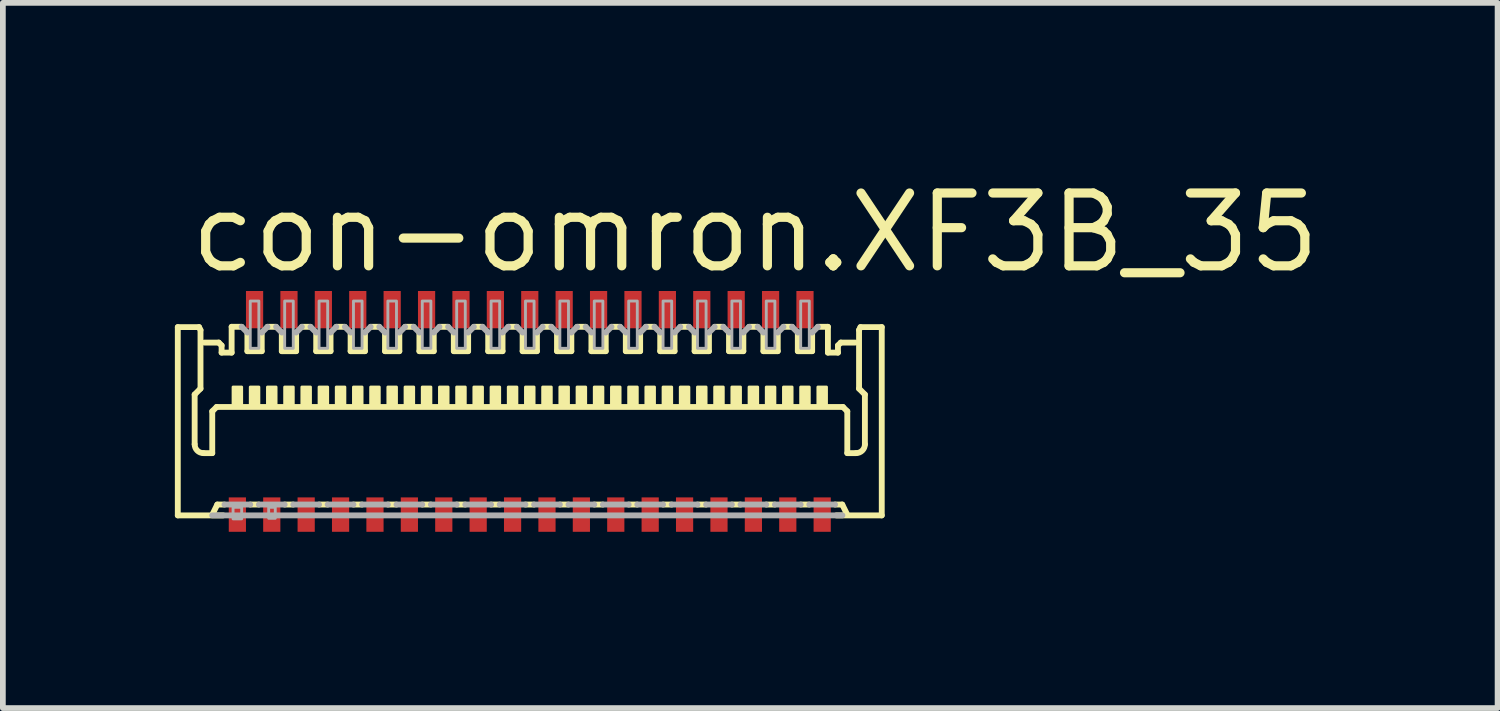
<source format=kicad_pcb>
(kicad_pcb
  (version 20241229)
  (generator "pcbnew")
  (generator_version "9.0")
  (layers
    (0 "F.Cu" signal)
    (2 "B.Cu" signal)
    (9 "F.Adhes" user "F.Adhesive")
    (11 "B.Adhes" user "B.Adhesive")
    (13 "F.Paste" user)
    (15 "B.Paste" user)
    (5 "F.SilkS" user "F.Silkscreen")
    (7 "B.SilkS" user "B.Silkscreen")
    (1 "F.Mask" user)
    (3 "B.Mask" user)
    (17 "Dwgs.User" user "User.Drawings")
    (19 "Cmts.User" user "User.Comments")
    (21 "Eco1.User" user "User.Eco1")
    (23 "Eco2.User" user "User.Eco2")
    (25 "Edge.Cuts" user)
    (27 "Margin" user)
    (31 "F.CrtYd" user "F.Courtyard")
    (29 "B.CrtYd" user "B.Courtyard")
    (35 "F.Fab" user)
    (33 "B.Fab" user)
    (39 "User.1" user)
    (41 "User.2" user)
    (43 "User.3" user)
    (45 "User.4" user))
  (footprint "con-omron.XF3B_35"
    (layer "F.Cu")
    (at 6.19 4.15)
    (property "Reference" "con-omron.XF3B_35" (at -6 -2.4 0) (layer "F.SilkS") (effects (font (size 1.27 1.27) (thickness 0.16)) (justify left bottom)))
    (attr smd)
    (fp_rect (start -5.3 2.125) (end -4.9 1.425) (stroke (width 0.05) (type default)) (fill yes) (layer "F.Mask"))
    (fp_rect (start -5 -1.425) (end -4.6 -2.175) (stroke (width 0.05) (type default)) (fill yes) (layer "F.Mask"))
    (fp_rect (start -4.7 2.125) (end -4.3 1.425) (stroke (width 0.05) (type default)) (fill yes) (layer "F.Mask"))
    (fp_rect (start -4.4 -1.425) (end -4 -2.175) (stroke (width 0.05) (type default)) (fill yes) (layer "F.Mask"))
    (fp_rect (start -4.1 2.125) (end -3.7 1.425) (stroke (width 0.05) (type default)) (fill yes) (layer "F.Mask"))
    (fp_rect (start -3.8 -1.425) (end -3.4 -2.175) (stroke (width 0.05) (type default)) (fill yes) (layer "F.Mask"))
    (fp_rect (start -3.5 2.125) (end -3.1 1.425) (stroke (width 0.05) (type default)) (fill yes) (layer "F.Mask"))
    (fp_rect (start -3.2 -1.425) (end -2.8 -2.175) (stroke (width 0.05) (type default)) (fill yes) (layer "F.Mask"))
    (fp_rect (start -2.9 2.125) (end -2.5 1.425) (stroke (width 0.05) (type default)) (fill yes) (layer "F.Mask"))
    (fp_rect (start -2.6 -1.425) (end -2.2 -2.175) (stroke (width 0.05) (type default)) (fill yes) (layer "F.Mask"))
    (fp_rect (start -2.3 2.125) (end -1.9 1.425) (stroke (width 0.05) (type default)) (fill yes) (layer "F.Mask"))
    (fp_rect (start -2 -1.425) (end -1.6 -2.175) (stroke (width 0.05) (type default)) (fill yes) (layer "F.Mask"))
    (fp_rect (start -1.7 2.125) (end -1.3 1.425) (stroke (width 0.05) (type default)) (fill yes) (layer "F.Mask"))
    (fp_rect (start -1.4 -1.425) (end -1 -2.175) (stroke (width 0.05) (type default)) (fill yes) (layer "F.Mask"))
    (fp_rect (start -1.1 2.125) (end -0.7 1.425) (stroke (width 0.05) (type default)) (fill yes) (layer "F.Mask"))
    (fp_rect (start -0.8 -1.425) (end -0.4 -2.175) (stroke (width 0.05) (type default)) (fill yes) (layer "F.Mask"))
    (fp_rect (start -0.5 2.125) (end -0.1 1.425) (stroke (width 0.05) (type default)) (fill yes) (layer "F.Mask"))
    (fp_rect (start -0.2 -1.425) (end 0.2 -2.175) (stroke (width 0.05) (type default)) (fill yes) (layer "F.Mask"))
    (fp_rect (start 0.1 2.125) (end 0.5 1.425) (stroke (width 0.05) (type default)) (fill yes) (layer "F.Mask"))
    (fp_rect (start 0.4 -1.425) (end 0.8 -2.175) (stroke (width 0.05) (type default)) (fill yes) (layer "F.Mask"))
    (fp_rect (start 0.7 2.125) (end 1.1 1.425) (stroke (width 0.05) (type default)) (fill yes) (layer "F.Mask"))
    (fp_rect (start 1 -1.425) (end 1.4 -2.175) (stroke (width 0.05) (type default)) (fill yes) (layer "F.Mask"))
    (fp_rect (start 1.3 2.125) (end 1.7 1.425) (stroke (width 0.05) (type default)) (fill yes) (layer "F.Mask"))
    (fp_rect (start 1.6 -1.425) (end 2 -2.175) (stroke (width 0.05) (type default)) (fill yes) (layer "F.Mask"))
    (fp_rect (start 1.9 2.125) (end 2.3 1.425) (stroke (width 0.05) (type default)) (fill yes) (layer "F.Mask"))
    (fp_rect (start 2.2 -1.425) (end 2.6 -2.175) (stroke (width 0.05) (type default)) (fill yes) (layer "F.Mask"))
    (fp_rect (start 2.5 2.125) (end 2.9 1.425) (stroke (width 0.05) (type default)) (fill yes) (layer "F.Mask"))
    (fp_rect (start 2.8 -1.425) (end 3.2 -2.175) (stroke (width 0.05) (type default)) (fill yes) (layer "F.Mask"))
    (fp_rect (start 3.1 2.125) (end 3.5 1.425) (stroke (width 0.05) (type default)) (fill yes) (layer "F.Mask"))
    (fp_rect (start 3.4 -1.425) (end 3.8 -2.175) (stroke (width 0.05) (type default)) (fill yes) (layer "F.Mask"))
    (fp_rect (start 3.7 2.125) (end 4.1 1.425) (stroke (width 0.05) (type default)) (fill yes) (layer "F.Mask"))
    (fp_rect (start 4 -1.425) (end 4.4 -2.175) (stroke (width 0.05) (type default)) (fill yes) (layer "F.Mask"))
    (fp_rect (start 4.3 2.125) (end 4.7 1.425) (stroke (width 0.05) (type default)) (fill yes) (layer "F.Mask"))
    (fp_rect (start 4.6 -1.425) (end 5 -2.175) (stroke (width 0.05) (type default)) (fill yes) (layer "F.Mask"))
    (fp_rect (start 4.9 2.125) (end 5.3 1.425) (stroke (width 0.05) (type default)) (fill yes) (layer "F.Mask"))
    (fp_line (start -6.139 -1.495) (end -5.768 -1.495) (stroke (width 0.102) (type default)) (layer "F.SilkS"))
    (fp_line (start -6.139 1.789) (end -6.139 -1.495) (stroke (width 0.102) (type default)) (layer "F.SilkS"))
    (fp_line (start -5.845 -0.319) (end -5.845 0.549) (stroke (width 0.102) (type default)) (layer "F.SilkS"))
    (fp_line (start -5.768 -1.495) (end -5.743 -1.444) (stroke (width 0.102) (type default)) (layer "F.SilkS"))
    (fp_line (start -5.743 -1.444) (end -5.743 -0.422) (stroke (width 0.102) (type default)) (layer "F.SilkS"))
    (fp_line (start -5.743 -0.422) (end -5.845 -0.319) (stroke (width 0.102) (type default)) (layer "F.SilkS"))
    (fp_line (start -5.692 0.703) (end -5.538 0.703) (stroke (width 0.102) (type default)) (layer "F.SilkS"))
    (fp_line (start -5.675 -1.225) (end -5.425 -1.225) (stroke (width 0.102) (type default)) (layer "F.SilkS"))
    (fp_line (start -5.538 -0.026) (end -5.462 -0.102) (stroke (width 0.102) (type default)) (layer "F.SilkS"))
    (fp_line (start -5.538 0.703) (end -5.538 -0.026) (stroke (width 0.102) (type default)) (layer "F.SilkS"))
    (fp_line (start -5.525 1.751) (end -5.45 1.6) (stroke (width 0.102) (type default)) (layer "F.SilkS"))
    (fp_line (start -5.45 1.6) (end -5.325 1.6) (stroke (width 0.102) (type default)) (layer "F.SilkS"))
    (fp_line (start -5.425 -1.225) (end -5.375 -1.175) (stroke (width 0.102) (type default)) (layer "F.SilkS"))
    (fp_line (start -5.375 -1.175) (end -5.375 -1.05) (stroke (width 0.102) (type default)) (layer "F.SilkS"))
    (fp_line (start -5.375 -1.05) (end -5.2 -1.05) (stroke (width 0.102) (type default)) (layer "F.SilkS"))
    (fp_line (start -5.347 1.789) (end -6.139 1.789) (stroke (width 0.102) (type default)) (layer "F.SilkS"))
    (fp_line (start -5.2 -1.5) (end -5.025 -1.5) (stroke (width 0.102) (type default)) (layer "F.SilkS"))
    (fp_line (start -5.2 -1.05) (end -5.2 -1.5) (stroke (width 0.102) (type default)) (layer "F.SilkS"))
    (fp_line (start -4.925 -1.4) (end -4.925 -1.075) (stroke (width 0.102) (type default)) (layer "F.SilkS"))
    (fp_line (start -4.925 -1.075) (end -4.675 -1.075) (stroke (width 0.102) (type default)) (layer "F.SilkS"))
    (fp_line (start -4.875 1.6) (end -4.725 1.6) (stroke (width 0.102) (type default)) (layer "F.SilkS"))
    (fp_line (start -4.675 -1.075) (end -4.675 -1.4) (stroke (width 0.102) (type default)) (layer "F.SilkS"))
    (fp_line (start -4.575 -1.5) (end -4.425 -1.5) (stroke (width 0.102) (type default)) (layer "F.SilkS"))
    (fp_line (start -4.325 -1.4) (end -4.325 -1.075) (stroke (width 0.102) (type default)) (layer "F.SilkS"))
    (fp_line (start -4.325 -1.075) (end -4.075 -1.075) (stroke (width 0.102) (type default)) (layer "F.SilkS"))
    (fp_line (start -4.275 1.6) (end -4.125 1.6) (stroke (width 0.102) (type default)) (layer "F.SilkS"))
    (fp_line (start -4.075 -1.075) (end -4.075 -1.4) (stroke (width 0.102) (type default)) (layer "F.SilkS"))
    (fp_line (start -3.975 -1.5) (end -3.825 -1.5) (stroke (width 0.102) (type default)) (layer "F.SilkS"))
    (fp_line (start -3.725 -1.4) (end -3.725 -1.075) (stroke (width 0.102) (type default)) (layer "F.SilkS"))
    (fp_line (start -3.725 -1.075) (end -3.475 -1.075) (stroke (width 0.102) (type default)) (layer "F.SilkS"))
    (fp_line (start -3.675 1.6) (end -3.525 1.6) (stroke (width 0.102) (type default)) (layer "F.SilkS"))
    (fp_line (start -3.475 -1.075) (end -3.475 -1.4) (stroke (width 0.102) (type default)) (layer "F.SilkS"))
    (fp_line (start -3.375 -1.5) (end -3.225 -1.5) (stroke (width 0.102) (type default)) (layer "F.SilkS"))
    (fp_line (start -3.125 -1.4) (end -3.125 -1.075) (stroke (width 0.102) (type default)) (layer "F.SilkS"))
    (fp_line (start -3.125 -1.075) (end -2.875 -1.075) (stroke (width 0.102) (type default)) (layer "F.SilkS"))
    (fp_line (start -3.075 1.6) (end -2.925 1.6) (stroke (width 0.102) (type default)) (layer "F.SilkS"))
    (fp_line (start -2.875 -1.075) (end -2.875 -1.4) (stroke (width 0.102) (type default)) (layer "F.SilkS"))
    (fp_line (start -2.775 -1.5) (end -2.625 -1.5) (stroke (width 0.102) (type default)) (layer "F.SilkS"))
    (fp_line (start -2.525 -1.4) (end -2.525 -1.075) (stroke (width 0.102) (type default)) (layer "F.SilkS"))
    (fp_line (start -2.525 -1.075) (end -2.275 -1.075) (stroke (width 0.102) (type default)) (layer "F.SilkS"))
    (fp_line (start -2.475 1.6) (end -2.325 1.6) (stroke (width 0.102) (type default)) (layer "F.SilkS"))
    (fp_line (start -2.275 -1.075) (end -2.275 -1.4) (stroke (width 0.102) (type default)) (layer "F.SilkS"))
    (fp_line (start -2.175 -1.5) (end -2.025 -1.5) (stroke (width 0.102) (type default)) (layer "F.SilkS"))
    (fp_line (start -1.925 -1.4) (end -1.925 -1.075) (stroke (width 0.102) (type default)) (layer "F.SilkS"))
    (fp_line (start -1.925 -1.075) (end -1.675 -1.075) (stroke (width 0.102) (type default)) (layer "F.SilkS"))
    (fp_line (start -1.875 1.6) (end -1.725 1.6) (stroke (width 0.102) (type default)) (layer "F.SilkS"))
    (fp_line (start -1.675 -1.075) (end -1.675 -1.4) (stroke (width 0.102) (type default)) (layer "F.SilkS"))
    (fp_line (start -1.575 -1.5) (end -1.425 -1.5) (stroke (width 0.102) (type default)) (layer "F.SilkS"))
    (fp_line (start -1.325 -1.4) (end -1.325 -1.075) (stroke (width 0.102) (type default)) (layer "F.SilkS"))
    (fp_line (start -1.325 -1.075) (end -1.075 -1.075) (stroke (width 0.102) (type default)) (layer "F.SilkS"))
    (fp_line (start -1.275 1.6) (end -1.125 1.6) (stroke (width 0.102) (type default)) (layer "F.SilkS"))
    (fp_line (start -1.075 -1.075) (end -1.075 -1.4) (stroke (width 0.102) (type default)) (layer "F.SilkS"))
    (fp_line (start -0.975 -1.5) (end -0.825 -1.5) (stroke (width 0.102) (type default)) (layer "F.SilkS"))
    (fp_line (start -0.725 -1.4) (end -0.725 -1.075) (stroke (width 0.102) (type default)) (layer "F.SilkS"))
    (fp_line (start -0.725 -1.075) (end -0.475 -1.075) (stroke (width 0.102) (type default)) (layer "F.SilkS"))
    (fp_line (start -0.675 1.6) (end -0.525 1.6) (stroke (width 0.102) (type default)) (layer "F.SilkS"))
    (fp_line (start -0.475 -1.075) (end -0.475 -1.4) (stroke (width 0.102) (type default)) (layer "F.SilkS"))
    (fp_line (start -0.375 -1.5) (end -0.225 -1.5) (stroke (width 0.102) (type default)) (layer "F.SilkS"))
    (fp_line (start -0.125 -1.4) (end -0.125 -1.075) (stroke (width 0.102) (type default)) (layer "F.SilkS"))
    (fp_line (start -0.125 -1.075) (end 0.125 -1.075) (stroke (width 0.102) (type default)) (layer "F.SilkS"))
    (fp_line (start -0.075 1.6) (end 0.075 1.6) (stroke (width 0.102) (type default)) (layer "F.SilkS"))
    (fp_line (start 0.125 -1.075) (end 0.125 -1.4) (stroke (width 0.102) (type default)) (layer "F.SilkS"))
    (fp_line (start 0.225 -1.5) (end 0.375 -1.5) (stroke (width 0.102) (type default)) (layer "F.SilkS"))
    (fp_line (start 0.475 -1.4) (end 0.475 -1.075) (stroke (width 0.102) (type default)) (layer "F.SilkS"))
    (fp_line (start 0.475 -1.075) (end 0.725 -1.075) (stroke (width 0.102) (type default)) (layer "F.SilkS"))
    (fp_line (start 0.525 1.6) (end 0.675 1.6) (stroke (width 0.102) (type default)) (layer "F.SilkS"))
    (fp_line (start 0.725 -1.075) (end 0.725 -1.4) (stroke (width 0.102) (type default)) (layer "F.SilkS"))
    (fp_line (start 0.825 -1.5) (end 0.975 -1.5) (stroke (width 0.102) (type default)) (layer "F.SilkS"))
    (fp_line (start 1.075 -1.4) (end 1.075 -1.075) (stroke (width 0.102) (type default)) (layer "F.SilkS"))
    (fp_line (start 1.075 -1.075) (end 1.325 -1.075) (stroke (width 0.102) (type default)) (layer "F.SilkS"))
    (fp_line (start 1.125 1.6) (end 1.275 1.6) (stroke (width 0.102) (type default)) (layer "F.SilkS"))
    (fp_line (start 1.325 -1.075) (end 1.325 -1.4) (stroke (width 0.102) (type default)) (layer "F.SilkS"))
    (fp_line (start 1.425 -1.5) (end 1.575 -1.5) (stroke (width 0.102) (type default)) (layer "F.SilkS"))
    (fp_line (start 1.675 -1.4) (end 1.675 -1.075) (stroke (width 0.102) (type default)) (layer "F.SilkS"))
    (fp_line (start 1.675 -1.075) (end 1.925 -1.075) (stroke (width 0.102) (type default)) (layer "F.SilkS"))
    (fp_line (start 1.725 1.6) (end 1.875 1.6) (stroke (width 0.102) (type default)) (layer "F.SilkS"))
    (fp_line (start 1.925 -1.075) (end 1.925 -1.4) (stroke (width 0.102) (type default)) (layer "F.SilkS"))
    (fp_line (start 2.025 -1.5) (end 2.175 -1.5) (stroke (width 0.102) (type default)) (layer "F.SilkS"))
    (fp_line (start 2.275 -1.4) (end 2.275 -1.075) (stroke (width 0.102) (type default)) (layer "F.SilkS"))
    (fp_line (start 2.275 -1.075) (end 2.525 -1.075) (stroke (width 0.102) (type default)) (layer "F.SilkS"))
    (fp_line (start 2.325 1.6) (end 2.475 1.6) (stroke (width 0.102) (type default)) (layer "F.SilkS"))
    (fp_line (start 2.525 -1.075) (end 2.525 -1.4) (stroke (width 0.102) (type default)) (layer "F.SilkS"))
    (fp_line (start 2.625 -1.5) (end 2.775 -1.5) (stroke (width 0.102) (type default)) (layer "F.SilkS"))
    (fp_line (start 2.875 -1.4) (end 2.875 -1.075) (stroke (width 0.102) (type default)) (layer "F.SilkS"))
    (fp_line (start 2.875 -1.075) (end 3.125 -1.075) (stroke (width 0.102) (type default)) (layer "F.SilkS"))
    (fp_line (start 2.925 1.6) (end 3.075 1.6) (stroke (width 0.102) (type default)) (layer "F.SilkS"))
    (fp_line (start 3.125 -1.075) (end 3.125 -1.4) (stroke (width 0.102) (type default)) (layer "F.SilkS"))
    (fp_line (start 3.225 -1.5) (end 3.375 -1.5) (stroke (width 0.102) (type default)) (layer "F.SilkS"))
    (fp_line (start 3.475 -1.4) (end 3.475 -1.075) (stroke (width 0.102) (type default)) (layer "F.SilkS"))
    (fp_line (start 3.475 -1.075) (end 3.725 -1.075) (stroke (width 0.102) (type default)) (layer "F.SilkS"))
    (fp_line (start 3.525 1.6) (end 3.675 1.6) (stroke (width 0.102) (type default)) (layer "F.SilkS"))
    (fp_line (start 3.725 -1.075) (end 3.725 -1.4) (stroke (width 0.102) (type default)) (layer "F.SilkS"))
    (fp_line (start 3.825 -1.5) (end 3.975 -1.5) (stroke (width 0.102) (type default)) (layer "F.SilkS"))
    (fp_line (start 4.075 -1.4) (end 4.075 -1.075) (stroke (width 0.102) (type default)) (layer "F.SilkS"))
    (fp_line (start 4.075 -1.075) (end 4.325 -1.075) (stroke (width 0.102) (type default)) (layer "F.SilkS"))
    (fp_line (start 4.125 1.6) (end 4.275 1.6) (stroke (width 0.102) (type default)) (layer "F.SilkS"))
    (fp_line (start 4.325 -1.075) (end 4.325 -1.4) (stroke (width 0.102) (type default)) (layer "F.SilkS"))
    (fp_line (start 4.425 -1.5) (end 4.575 -1.5) (stroke (width 0.102) (type default)) (layer "F.SilkS"))
    (fp_line (start 4.675 -1.4) (end 4.675 -1.075) (stroke (width 0.102) (type default)) (layer "F.SilkS"))
    (fp_line (start 4.675 -1.075) (end 4.925 -1.075) (stroke (width 0.102) (type default)) (layer "F.SilkS"))
    (fp_line (start 4.725 1.6) (end 4.875 1.6) (stroke (width 0.102) (type default)) (layer "F.SilkS"))
    (fp_line (start 4.925 -1.075) (end 4.925 -1.4) (stroke (width 0.102) (type default)) (layer "F.SilkS"))
    (fp_line (start 5.025 -1.5) (end 5.2 -1.5) (stroke (width 0.102) (type default)) (layer "F.SilkS"))
    (fp_line (start 5.2 -1.05) (end 5.2 -1.5) (stroke (width 0.102) (type default)) (layer "F.SilkS"))
    (fp_line (start 5.347 1.789) (end 6.139 1.789) (stroke (width 0.102) (type default)) (layer "F.SilkS"))
    (fp_line (start 5.375 -1.175) (end 5.375 -1.05) (stroke (width 0.102) (type default)) (layer "F.SilkS"))
    (fp_line (start 5.375 -1.05) (end 5.2 -1.05) (stroke (width 0.102) (type default)) (layer "F.SilkS"))
    (fp_line (start 5.425 -1.225) (end 5.375 -1.175) (stroke (width 0.102) (type default)) (layer "F.SilkS"))
    (fp_line (start 5.45 1.6) (end 5.325 1.6) (stroke (width 0.102) (type default)) (layer "F.SilkS"))
    (fp_line (start 5.462 -0.102) (end -5.462 -0.102) (stroke (width 0.102) (type default)) (layer "F.SilkS"))
    (fp_line (start 5.525 1.751) (end 5.45 1.6) (stroke (width 0.102) (type default)) (layer "F.SilkS"))
    (fp_line (start 5.538 -0.026) (end 5.462 -0.102) (stroke (width 0.102) (type default)) (layer "F.SilkS"))
    (fp_line (start 5.538 0.703) (end 5.538 -0.026) (stroke (width 0.102) (type default)) (layer "F.SilkS"))
    (fp_line (start 5.675 -1.225) (end 5.425 -1.225) (stroke (width 0.102) (type default)) (layer "F.SilkS"))
    (fp_line (start 5.692 0.703) (end 5.538 0.703) (stroke (width 0.102) (type default)) (layer "F.SilkS"))
    (fp_line (start 5.743 -1.444) (end 5.743 -0.422) (stroke (width 0.102) (type default)) (layer "F.SilkS"))
    (fp_line (start 5.743 -0.422) (end 5.845 -0.319) (stroke (width 0.102) (type default)) (layer "F.SilkS"))
    (fp_line (start 5.768 -1.495) (end 5.743 -1.444) (stroke (width 0.102) (type default)) (layer "F.SilkS"))
    (fp_line (start 5.845 -0.319) (end 5.845 0.549) (stroke (width 0.102) (type default)) (layer "F.SilkS"))
    (fp_line (start 6.139 -1.495) (end 5.768 -1.495) (stroke (width 0.102) (type default)) (layer "F.SilkS"))
    (fp_line (start 6.139 1.789) (end 6.139 -1.495) (stroke (width 0.102) (type default)) (layer "F.SilkS"))
    (fp_rect (start -5.175 -0.125) (end -5.025 -0.45) (stroke (width 0.05) (type default)) (fill yes) (layer "F.SilkS"))
    (fp_rect (start -4.875 -0.125) (end -4.725 -0.45) (stroke (width 0.05) (type default)) (fill yes) (layer "F.SilkS"))
    (fp_rect (start -4.575 -0.125) (end -4.425 -0.45) (stroke (width 0.05) (type default)) (fill yes) (layer "F.SilkS"))
    (fp_rect (start -4.275 -0.125) (end -4.125 -0.45) (stroke (width 0.05) (type default)) (fill yes) (layer "F.SilkS"))
    (fp_rect (start -3.975 -0.125) (end -3.825 -0.45) (stroke (width 0.05) (type default)) (fill yes) (layer "F.SilkS"))
    (fp_rect (start -3.675 -0.125) (end -3.525 -0.45) (stroke (width 0.05) (type default)) (fill yes) (layer "F.SilkS"))
    (fp_rect (start -3.375 -0.125) (end -3.225 -0.45) (stroke (width 0.05) (type default)) (fill yes) (layer "F.SilkS"))
    (fp_rect (start -3.075 -0.125) (end -2.925 -0.45) (stroke (width 0.05) (type default)) (fill yes) (layer "F.SilkS"))
    (fp_rect (start -2.775 -0.125) (end -2.625 -0.45) (stroke (width 0.05) (type default)) (fill yes) (layer "F.SilkS"))
    (fp_rect (start -2.475 -0.125) (end -2.325 -0.45) (stroke (width 0.05) (type default)) (fill yes) (layer "F.SilkS"))
    (fp_rect (start -2.175 -0.125) (end -2.025 -0.45) (stroke (width 0.05) (type default)) (fill yes) (layer "F.SilkS"))
    (fp_rect (start -1.875 -0.125) (end -1.725 -0.45) (stroke (width 0.05) (type default)) (fill yes) (layer "F.SilkS"))
    (fp_rect (start -1.575 -0.125) (end -1.425 -0.45) (stroke (width 0.05) (type default)) (fill yes) (layer "F.SilkS"))
    (fp_rect (start -1.275 -0.125) (end -1.125 -0.45) (stroke (width 0.05) (type default)) (fill yes) (layer "F.SilkS"))
    (fp_rect (start -0.975 -0.125) (end -0.825 -0.45) (stroke (width 0.05) (type default)) (fill yes) (layer "F.SilkS"))
    (fp_rect (start -0.675 -0.125) (end -0.525 -0.45) (stroke (width 0.05) (type default)) (fill yes) (layer "F.SilkS"))
    (fp_rect (start -0.375 -0.125) (end -0.225 -0.45) (stroke (width 0.05) (type default)) (fill yes) (layer "F.SilkS"))
    (fp_rect (start -0.075 -0.125) (end 0.075 -0.45) (stroke (width 0.05) (type default)) (fill yes) (layer "F.SilkS"))
    (fp_rect (start 0.225 -0.125) (end 0.375 -0.45) (stroke (width 0.05) (type default)) (fill yes) (layer "F.SilkS"))
    (fp_rect (start 0.525 -0.125) (end 0.675 -0.45) (stroke (width 0.05) (type default)) (fill yes) (layer "F.SilkS"))
    (fp_rect (start 0.825 -0.125) (end 0.975 -0.45) (stroke (width 0.05) (type default)) (fill yes) (layer "F.SilkS"))
    (fp_rect (start 1.125 -0.125) (end 1.275 -0.45) (stroke (width 0.05) (type default)) (fill yes) (layer "F.SilkS"))
    (fp_rect (start 1.425 -0.125) (end 1.575 -0.45) (stroke (width 0.05) (type default)) (fill yes) (layer "F.SilkS"))
    (fp_rect (start 1.725 -0.125) (end 1.875 -0.45) (stroke (width 0.05) (type default)) (fill yes) (layer "F.SilkS"))
    (fp_rect (start 2.025 -0.125) (end 2.175 -0.45) (stroke (width 0.05) (type default)) (fill yes) (layer "F.SilkS"))
    (fp_rect (start 2.325 -0.125) (end 2.475 -0.45) (stroke (width 0.05) (type default)) (fill yes) (layer "F.SilkS"))
    (fp_rect (start 2.625 -0.125) (end 2.775 -0.45) (stroke (width 0.05) (type default)) (fill yes) (layer "F.SilkS"))
    (fp_rect (start 2.925 -0.125) (end 3.075 -0.45) (stroke (width 0.05) (type default)) (fill yes) (layer "F.SilkS"))
    (fp_rect (start 3.225 -0.125) (end 3.375 -0.45) (stroke (width 0.05) (type default)) (fill yes) (layer "F.SilkS"))
    (fp_rect (start 3.525 -0.125) (end 3.675 -0.45) (stroke (width 0.05) (type default)) (fill yes) (layer "F.SilkS"))
    (fp_rect (start 3.825 -0.125) (end 3.975 -0.45) (stroke (width 0.05) (type default)) (fill yes) (layer "F.SilkS"))
    (fp_rect (start 4.125 -0.125) (end 4.275 -0.45) (stroke (width 0.05) (type default)) (fill yes) (layer "F.SilkS"))
    (fp_rect (start 4.425 -0.125) (end 4.575 -0.45) (stroke (width 0.05) (type default)) (fill yes) (layer "F.SilkS"))
    (fp_rect (start 4.725 -0.125) (end 4.875 -0.45) (stroke (width 0.05) (type default)) (fill yes) (layer "F.SilkS"))
    (fp_rect (start 5.025 -0.125) (end 5.175 -0.45) (stroke (width 0.05) (type default)) (fill yes) (layer "F.SilkS"))
    (fp_arc (start -5.691559 0.702844) (mid -5.799992 0.657929) (end -5.844906 0.549497) (stroke (width 0.1016) (type default)) (layer "F.SilkS"))
    (fp_arc (start 5.844906 0.549497) (mid 5.799992 0.657929) (end 5.691559 0.702844) (stroke (width 0.1016) (type default)) (layer "F.SilkS"))
    (fp_rect (start -5.225 2.05) (end -4.975 1.5) (stroke (width 0.05) (type default)) (fill yes) (layer "F.Paste"))
    (fp_rect (start -4.925 -1.5) (end -4.675 -2.1) (stroke (width 0.05) (type default)) (fill yes) (layer "F.Paste"))
    (fp_rect (start -4.625 2.05) (end -4.375 1.5) (stroke (width 0.05) (type default)) (fill yes) (layer "F.Paste"))
    (fp_rect (start -4.325 -1.5) (end -4.075 -2.1) (stroke (width 0.05) (type default)) (fill yes) (layer "F.Paste"))
    (fp_rect (start -4.025 2.05) (end -3.775 1.5) (stroke (width 0.05) (type default)) (fill yes) (layer "F.Paste"))
    (fp_rect (start -3.725 -1.5) (end -3.475 -2.1) (stroke (width 0.05) (type default)) (fill yes) (layer "F.Paste"))
    (fp_rect (start -3.425 2.05) (end -3.175 1.5) (stroke (width 0.05) (type default)) (fill yes) (layer "F.Paste"))
    (fp_rect (start -3.125 -1.5) (end -2.875 -2.1) (stroke (width 0.05) (type default)) (fill yes) (layer "F.Paste"))
    (fp_rect (start -2.825 2.05) (end -2.575 1.5) (stroke (width 0.05) (type default)) (fill yes) (layer "F.Paste"))
    (fp_rect (start -2.525 -1.5) (end -2.275 -2.1) (stroke (width 0.05) (type default)) (fill yes) (layer "F.Paste"))
    (fp_rect (start -2.225 2.05) (end -1.975 1.5) (stroke (width 0.05) (type default)) (fill yes) (layer "F.Paste"))
    (fp_rect (start -1.925 -1.5) (end -1.675 -2.1) (stroke (width 0.05) (type default)) (fill yes) (layer "F.Paste"))
    (fp_rect (start -1.625 2.05) (end -1.375 1.5) (stroke (width 0.05) (type default)) (fill yes) (layer "F.Paste"))
    (fp_rect (start -1.325 -1.5) (end -1.075 -2.1) (stroke (width 0.05) (type default)) (fill yes) (layer "F.Paste"))
    (fp_rect (start -1.025 2.05) (end -0.775 1.5) (stroke (width 0.05) (type default)) (fill yes) (layer "F.Paste"))
    (fp_rect (start -0.725 -1.5) (end -0.475 -2.1) (stroke (width 0.05) (type default)) (fill yes) (layer "F.Paste"))
    (fp_rect (start -0.425 2.05) (end -0.175 1.5) (stroke (width 0.05) (type default)) (fill yes) (layer "F.Paste"))
    (fp_rect (start -0.125 -1.5) (end 0.125 -2.1) (stroke (width 0.05) (type default)) (fill yes) (layer "F.Paste"))
    (fp_rect (start 0.175 2.05) (end 0.425 1.5) (stroke (width 0.05) (type default)) (fill yes) (layer "F.Paste"))
    (fp_rect (start 0.475 -1.5) (end 0.725 -2.1) (stroke (width 0.05) (type default)) (fill yes) (layer "F.Paste"))
    (fp_rect (start 0.775 2.05) (end 1.025 1.5) (stroke (width 0.05) (type default)) (fill yes) (layer "F.Paste"))
    (fp_rect (start 1.075 -1.5) (end 1.325 -2.1) (stroke (width 0.05) (type default)) (fill yes) (layer "F.Paste"))
    (fp_rect (start 1.375 2.05) (end 1.625 1.5) (stroke (width 0.05) (type default)) (fill yes) (layer "F.Paste"))
    (fp_rect (start 1.675 -1.5) (end 1.925 -2.1) (stroke (width 0.05) (type default)) (fill yes) (layer "F.Paste"))
    (fp_rect (start 1.975 2.05) (end 2.225 1.5) (stroke (width 0.05) (type default)) (fill yes) (layer "F.Paste"))
    (fp_rect (start 2.275 -1.5) (end 2.525 -2.1) (stroke (width 0.05) (type default)) (fill yes) (layer "F.Paste"))
    (fp_rect (start 2.575 2.05) (end 2.825 1.5) (stroke (width 0.05) (type default)) (fill yes) (layer "F.Paste"))
    (fp_rect (start 2.875 -1.5) (end 3.125 -2.1) (stroke (width 0.05) (type default)) (fill yes) (layer "F.Paste"))
    (fp_rect (start 3.175 2.05) (end 3.425 1.5) (stroke (width 0.05) (type default)) (fill yes) (layer "F.Paste"))
    (fp_rect (start 3.475 -1.5) (end 3.725 -2.1) (stroke (width 0.05) (type default)) (fill yes) (layer "F.Paste"))
    (fp_rect (start 3.775 2.05) (end 4.025 1.5) (stroke (width 0.05) (type default)) (fill yes) (layer "F.Paste"))
    (fp_rect (start 4.075 -1.5) (end 4.325 -2.1) (stroke (width 0.05) (type default)) (fill yes) (layer "F.Paste"))
    (fp_rect (start 4.375 2.05) (end 4.625 1.5) (stroke (width 0.05) (type default)) (fill yes) (layer "F.Paste"))
    (fp_rect (start 4.675 -1.5) (end 4.925 -2.1) (stroke (width 0.05) (type default)) (fill yes) (layer "F.Paste"))
    (fp_rect (start 4.975 2.05) (end 5.225 1.5) (stroke (width 0.05) (type default)) (fill yes) (layer "F.Paste"))
    (fp_line (start -5.325 1.6) (end -4.875 1.6) (stroke (width 0.102) (type default)) (layer "F.Fab"))
    (fp_line (start -5.025 -1.5) (end -4.925 -1.4) (stroke (width 0.102) (type default)) (layer "F.Fab"))
    (fp_line (start -4.725 1.6) (end -4.275 1.6) (stroke (width 0.102) (type default)) (layer "F.Fab"))
    (fp_line (start -4.675 -1.4) (end -4.575 -1.5) (stroke (width 0.102) (type default)) (layer "F.Fab"))
    (fp_line (start -4.425 -1.5) (end -4.325 -1.4) (stroke (width 0.102) (type default)) (layer "F.Fab"))
    (fp_line (start -4.125 1.6) (end -3.675 1.6) (stroke (width 0.102) (type default)) (layer "F.Fab"))
    (fp_line (start -4.075 -1.4) (end -3.975 -1.5) (stroke (width 0.102) (type default)) (layer "F.Fab"))
    (fp_line (start -3.825 -1.5) (end -3.725 -1.4) (stroke (width 0.102) (type default)) (layer "F.Fab"))
    (fp_line (start -3.525 1.6) (end -3.075 1.6) (stroke (width 0.102) (type default)) (layer "F.Fab"))
    (fp_line (start -3.475 -1.4) (end -3.375 -1.5) (stroke (width 0.102) (type default)) (layer "F.Fab"))
    (fp_line (start -3.225 -1.5) (end -3.125 -1.4) (stroke (width 0.102) (type default)) (layer "F.Fab"))
    (fp_line (start -2.925 1.6) (end -2.475 1.6) (stroke (width 0.102) (type default)) (layer "F.Fab"))
    (fp_line (start -2.875 -1.4) (end -2.775 -1.5) (stroke (width 0.102) (type default)) (layer "F.Fab"))
    (fp_line (start -2.625 -1.5) (end -2.525 -1.4) (stroke (width 0.102) (type default)) (layer "F.Fab"))
    (fp_line (start -2.325 1.6) (end -1.875 1.6) (stroke (width 0.102) (type default)) (layer "F.Fab"))
    (fp_line (start -2.275 -1.4) (end -2.175 -1.5) (stroke (width 0.102) (type default)) (layer "F.Fab"))
    (fp_line (start -2.025 -1.5) (end -1.925 -1.4) (stroke (width 0.102) (type default)) (layer "F.Fab"))
    (fp_line (start -1.725 1.6) (end -1.275 1.6) (stroke (width 0.102) (type default)) (layer "F.Fab"))
    (fp_line (start -1.675 -1.4) (end -1.575 -1.5) (stroke (width 0.102) (type default)) (layer "F.Fab"))
    (fp_line (start -1.425 -1.5) (end -1.325 -1.4) (stroke (width 0.102) (type default)) (layer "F.Fab"))
    (fp_line (start -1.125 1.6) (end -0.675 1.6) (stroke (width 0.102) (type default)) (layer "F.Fab"))
    (fp_line (start -1.075 -1.4) (end -0.975 -1.5) (stroke (width 0.102) (type default)) (layer "F.Fab"))
    (fp_line (start -0.825 -1.5) (end -0.725 -1.4) (stroke (width 0.102) (type default)) (layer "F.Fab"))
    (fp_line (start -0.525 1.6) (end -0.075 1.6) (stroke (width 0.102) (type default)) (layer "F.Fab"))
    (fp_line (start -0.475 -1.4) (end -0.375 -1.5) (stroke (width 0.102) (type default)) (layer "F.Fab"))
    (fp_line (start -0.225 -1.5) (end -0.125 -1.4) (stroke (width 0.102) (type default)) (layer "F.Fab"))
    (fp_line (start 0.075 1.6) (end 0.525 1.6) (stroke (width 0.102) (type default)) (layer "F.Fab"))
    (fp_line (start 0.125 -1.4) (end 0.225 -1.5) (stroke (width 0.102) (type default)) (layer "F.Fab"))
    (fp_line (start 0.375 -1.5) (end 0.475 -1.4) (stroke (width 0.102) (type default)) (layer "F.Fab"))
    (fp_line (start 0.675 1.6) (end 1.125 1.6) (stroke (width 0.102) (type default)) (layer "F.Fab"))
    (fp_line (start 0.725 -1.4) (end 0.825 -1.5) (stroke (width 0.102) (type default)) (layer "F.Fab"))
    (fp_line (start 0.975 -1.5) (end 1.075 -1.4) (stroke (width 0.102) (type default)) (layer "F.Fab"))
    (fp_line (start 1.275 1.6) (end 1.725 1.6) (stroke (width 0.102) (type default)) (layer "F.Fab"))
    (fp_line (start 1.325 -1.4) (end 1.425 -1.5) (stroke (width 0.102) (type default)) (layer "F.Fab"))
    (fp_line (start 1.575 -1.5) (end 1.675 -1.4) (stroke (width 0.102) (type default)) (layer "F.Fab"))
    (fp_line (start 1.875 1.6) (end 2.325 1.6) (stroke (width 0.102) (type default)) (layer "F.Fab"))
    (fp_line (start 1.925 -1.4) (end 2.025 -1.5) (stroke (width 0.102) (type default)) (layer "F.Fab"))
    (fp_line (start 2.175 -1.5) (end 2.275 -1.4) (stroke (width 0.102) (type default)) (layer "F.Fab"))
    (fp_line (start 2.475 1.6) (end 2.925 1.6) (stroke (width 0.102) (type default)) (layer "F.Fab"))
    (fp_line (start 2.525 -1.4) (end 2.625 -1.5) (stroke (width 0.102) (type default)) (layer "F.Fab"))
    (fp_line (start 2.775 -1.5) (end 2.875 -1.4) (stroke (width 0.102) (type default)) (layer "F.Fab"))
    (fp_line (start 3.075 1.6) (end 3.525 1.6) (stroke (width 0.102) (type default)) (layer "F.Fab"))
    (fp_line (start 3.125 -1.4) (end 3.225 -1.5) (stroke (width 0.102) (type default)) (layer "F.Fab"))
    (fp_line (start 3.375 -1.5) (end 3.475 -1.4) (stroke (width 0.102) (type default)) (layer "F.Fab"))
    (fp_line (start 3.675 1.6) (end 4.125 1.6) (stroke (width 0.102) (type default)) (layer "F.Fab"))
    (fp_line (start 3.725 -1.4) (end 3.825 -1.5) (stroke (width 0.102) (type default)) (layer "F.Fab"))
    (fp_line (start 3.975 -1.5) (end 4.075 -1.4) (stroke (width 0.102) (type default)) (layer "F.Fab"))
    (fp_line (start 4.275 1.6) (end 4.725 1.6) (stroke (width 0.102) (type default)) (layer "F.Fab"))
    (fp_line (start 4.325 -1.4) (end 4.425 -1.5) (stroke (width 0.102) (type default)) (layer "F.Fab"))
    (fp_line (start 4.575 -1.5) (end 4.675 -1.4) (stroke (width 0.102) (type default)) (layer "F.Fab"))
    (fp_line (start 4.875 1.6) (end 5.325 1.6) (stroke (width 0.102) (type default)) (layer "F.Fab"))
    (fp_line (start 4.925 -1.4) (end 5.025 -1.5) (stroke (width 0.102) (type default)) (layer "F.Fab"))
    (fp_line (start 5.453 1.789) (end -5.539 1.789) (stroke (width 0.102) (type default)) (layer "F.Fab"))
    (fp_rect (start -5.175 1.85) (end -5.025 1.648) (stroke (width 0.05) (type default)) (fill no) (layer "F.Fab"))
    (fp_rect (start -4.875 -1.125) (end -4.725 -1.95) (stroke (width 0.05) (type default)) (fill no) (layer "F.Fab"))
    (fp_rect (start -4.554 1.84) (end -4.439 1.648) (stroke (width 0.05) (type default)) (fill no) (layer "F.Fab"))
    (fp_rect (start -4.275 -1.125) (end -4.125 -1.95) (stroke (width 0.05) (type default)) (fill no) (layer "F.Fab"))
    (fp_rect (start -3.675 -1.125) (end -3.525 -1.95) (stroke (width 0.05) (type default)) (fill no) (layer "F.Fab"))
    (fp_rect (start -3.075 -1.125) (end -2.925 -1.95) (stroke (width 0.05) (type default)) (fill no) (layer "F.Fab"))
    (fp_rect (start -2.475 -1.125) (end -2.325 -1.95) (stroke (width 0.05) (type default)) (fill no) (layer "F.Fab"))
    (fp_rect (start -1.875 -1.125) (end -1.725 -1.95) (stroke (width 0.05) (type default)) (fill no) (layer "F.Fab"))
    (fp_rect (start -1.275 -1.125) (end -1.125 -1.95) (stroke (width 0.05) (type default)) (fill no) (layer "F.Fab"))
    (fp_rect (start -0.675 -1.125) (end -0.525 -1.95) (stroke (width 0.05) (type default)) (fill no) (layer "F.Fab"))
    (fp_rect (start -0.075 -1.125) (end 0.075 -1.95) (stroke (width 0.05) (type default)) (fill no) (layer "F.Fab"))
    (fp_rect (start 0.525 -1.125) (end 0.675 -1.95) (stroke (width 0.05) (type default)) (fill no) (layer "F.Fab"))
    (fp_rect (start 1.125 -1.125) (end 1.275 -1.95) (stroke (width 0.05) (type default)) (fill no) (layer "F.Fab"))
    (fp_rect (start 1.725 -1.125) (end 1.875 -1.95) (stroke (width 0.05) (type default)) (fill no) (layer "F.Fab"))
    (fp_rect (start 2.325 -1.125) (end 2.475 -1.95) (stroke (width 0.05) (type default)) (fill no) (layer "F.Fab"))
    (fp_rect (start 2.925 -1.125) (end 3.075 -1.95) (stroke (width 0.05) (type default)) (fill no) (layer "F.Fab"))
    (fp_rect (start 3.525 -1.125) (end 3.675 -1.95) (stroke (width 0.05) (type default)) (fill no) (layer "F.Fab"))
    (fp_rect (start 4.125 -1.125) (end 4.275 -1.95) (stroke (width 0.05) (type default)) (fill no) (layer "F.Fab"))
    (fp_rect (start 4.725 -1.125) (end 4.875 -1.95) (stroke (width 0.05) (type default)) (fill no) (layer "F.Fab"))
    (pad "1" smd roundrect (at -5.1 1.775) (size 0.3 0.6) (layers "F.Cu" "F.Mask" "F.Paste") (roundrect_rratio 0.01))
    (pad "2" smd roundrect (at -4.8 -1.8) (size 0.3 0.65) (layers "F.Cu" "F.Mask" "F.Paste") (roundrect_rratio 0.01))
    (pad "3" smd roundrect (at -4.5 1.775) (size 0.3 0.6) (layers "F.Cu" "F.Mask" "F.Paste") (roundrect_rratio 0.01))
    (pad "4" smd roundrect (at -4.2 -1.8) (size 0.3 0.65) (layers "F.Cu" "F.Mask" "F.Paste") (roundrect_rratio 0.01))
    (pad "5" smd roundrect (at -3.9 1.775) (size 0.3 0.6) (layers "F.Cu" "F.Mask" "F.Paste") (roundrect_rratio 0.01))
    (pad "6" smd roundrect (at -3.6 -1.8) (size 0.3 0.65) (layers "F.Cu" "F.Mask" "F.Paste") (roundrect_rratio 0.01))
    (pad "7" smd roundrect (at -3.3 1.775) (size 0.3 0.6) (layers "F.Cu" "F.Mask" "F.Paste") (roundrect_rratio 0.01))
    (pad "8" smd roundrect (at -3 -1.8) (size 0.3 0.65) (layers "F.Cu" "F.Mask" "F.Paste") (roundrect_rratio 0.01))
    (pad "9" smd roundrect (at -2.7 1.775) (size 0.3 0.6) (layers "F.Cu" "F.Mask" "F.Paste") (roundrect_rratio 0.01))
    (pad "10" smd roundrect (at -2.4 -1.8) (size 0.3 0.65) (layers "F.Cu" "F.Mask" "F.Paste") (roundrect_rratio 0.01))
    (pad "11" smd roundrect (at -2.1 1.775) (size 0.3 0.6) (layers "F.Cu" "F.Mask" "F.Paste") (roundrect_rratio 0.01))
    (pad "12" smd roundrect (at -1.8 -1.8) (size 0.3 0.65) (layers "F.Cu" "F.Mask" "F.Paste") (roundrect_rratio 0.01))
    (pad "13" smd roundrect (at -1.5 1.775) (size 0.3 0.6) (layers "F.Cu" "F.Mask" "F.Paste") (roundrect_rratio 0.01))
    (pad "14" smd roundrect (at -1.2 -1.8) (size 0.3 0.65) (layers "F.Cu" "F.Mask" "F.Paste") (roundrect_rratio 0.01))
    (pad "15" smd roundrect (at -0.9 1.775) (size 0.3 0.6) (layers "F.Cu" "F.Mask" "F.Paste") (roundrect_rratio 0.01))
    (pad "16" smd roundrect (at -0.6 -1.8) (size 0.3 0.65) (layers "F.Cu" "F.Mask" "F.Paste") (roundrect_rratio 0.01))
    (pad "17" smd roundrect (at -0.3 1.775) (size 0.3 0.6) (layers "F.Cu" "F.Mask" "F.Paste") (roundrect_rratio 0.01))
    (pad "18" smd roundrect (at 0 -1.8) (size 0.3 0.65) (layers "F.Cu" "F.Mask" "F.Paste") (roundrect_rratio 0.01))
    (pad "19" smd roundrect (at 0.3 1.775) (size 0.3 0.6) (layers "F.Cu" "F.Mask" "F.Paste") (roundrect_rratio 0.01))
    (pad "20" smd roundrect (at 0.6 -1.8) (size 0.3 0.65) (layers "F.Cu" "F.Mask" "F.Paste") (roundrect_rratio 0.01))
    (pad "21" smd roundrect (at 0.9 1.775) (size 0.3 0.6) (layers "F.Cu" "F.Mask" "F.Paste") (roundrect_rratio 0.01))
    (pad "22" smd roundrect (at 1.2 -1.8) (size 0.3 0.65) (layers "F.Cu" "F.Mask" "F.Paste") (roundrect_rratio 0.01))
    (pad "23" smd roundrect (at 1.5 1.775) (size 0.3 0.6) (layers "F.Cu" "F.Mask" "F.Paste") (roundrect_rratio 0.01))
    (pad "24" smd roundrect (at 1.8 -1.8) (size 0.3 0.65) (layers "F.Cu" "F.Mask" "F.Paste") (roundrect_rratio 0.01))
    (pad "25" smd roundrect (at 2.1 1.775) (size 0.3 0.6) (layers "F.Cu" "F.Mask" "F.Paste") (roundrect_rratio 0.01))
    (pad "26" smd roundrect (at 2.4 -1.8) (size 0.3 0.65) (layers "F.Cu" "F.Mask" "F.Paste") (roundrect_rratio 0.01))
    (pad "27" smd roundrect (at 2.7 1.775) (size 0.3 0.6) (layers "F.Cu" "F.Mask" "F.Paste") (roundrect_rratio 0.01))
    (pad "28" smd roundrect (at 3 -1.8) (size 0.3 0.65) (layers "F.Cu" "F.Mask" "F.Paste") (roundrect_rratio 0.01))
    (pad "29" smd roundrect (at 3.3 1.775) (size 0.3 0.6) (layers "F.Cu" "F.Mask" "F.Paste") (roundrect_rratio 0.01))
    (pad "30" smd roundrect (at 3.6 -1.8) (size 0.3 0.65) (layers "F.Cu" "F.Mask" "F.Paste") (roundrect_rratio 0.01))
    (pad "31" smd roundrect (at 3.9 1.775) (size 0.3 0.6) (layers "F.Cu" "F.Mask" "F.Paste") (roundrect_rratio 0.01))
    (pad "32" smd roundrect (at 4.2 -1.8) (size 0.3 0.65) (layers "F.Cu" "F.Mask" "F.Paste") (roundrect_rratio 0.01))
    (pad "33" smd roundrect (at 4.5 1.775) (size 0.3 0.6) (layers "F.Cu" "F.Mask" "F.Paste") (roundrect_rratio 0.01))
    (pad "34" smd roundrect (at 4.8 -1.8) (size 0.3 0.65) (layers "F.Cu" "F.Mask" "F.Paste") (roundrect_rratio 0.01))
    (pad "35" smd roundrect (at 5.1 1.775) (size 0.3 0.6) (layers "F.Cu" "F.Mask" "F.Paste") (roundrect_rratio 0.01)))
  (gr_rect
    (start -3 -3)
    (end 23.07 9.3)
    (stroke (width 0.1) (type default))
    (fill no)
    (layer "Edge.Cuts")))
</source>
